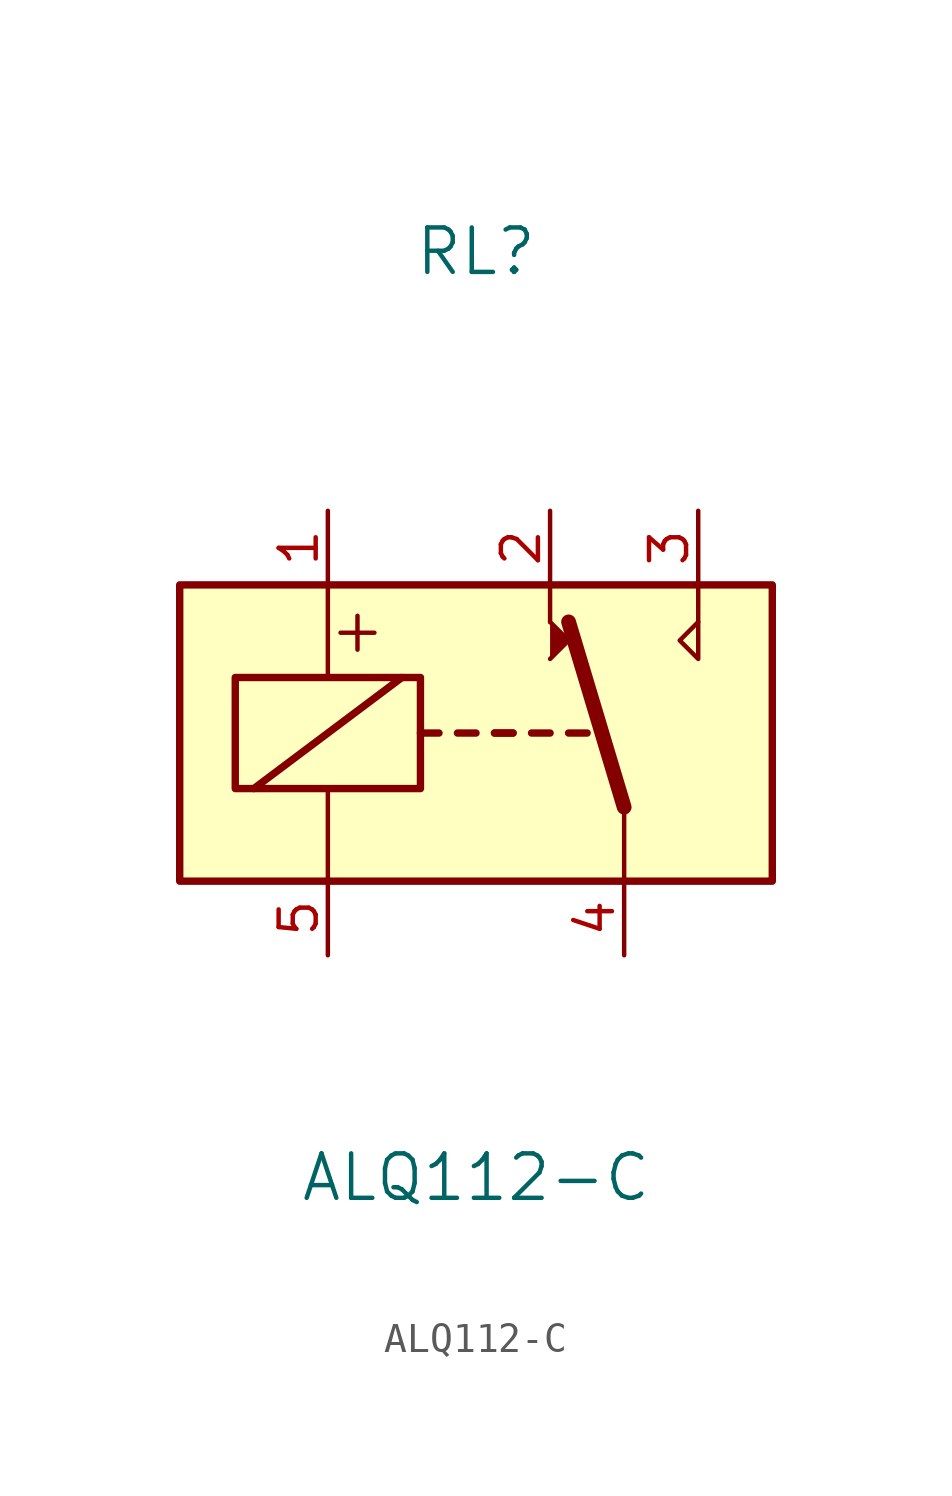
<source format=kicad_sym>
(kicad_symbol_lib
  (version 20220914)
  (generator kicad_symbol_editor)
  (symbol "ALQ112-C"
    (pin_names
      (offset 1.016))
    (property "Reference" "RL"
      (at 0 25.4 0)
      (effects (font (size 1.524 1.524))))
    (property "Value" "ALQ112-C"
      (at 0 -6.35 0)
      (effects (font (size 1.524 1.524))))
    (symbol "ALQ112-C_1_0"
      (polyline (pts (xy 2.54 12.7) (xy 2.54 13.97)) (stroke (width 0) (type default)) (fill (type none)))
      (polyline (pts (xy 7.62 12.7) (xy 7.62 13.97)) (stroke (width 0) (type default)) (fill (type none)))
      (polyline (pts (xy 7.62 12.7) (xy 7.62 11.43) (xy 6.985 12.065) (xy 7.62 12.7)) (stroke (width 0) (type default)) (fill (type none)))
      (text "+" (at -4.064 12.446 0) (effects (font (size 1.524 1.524)))))
    (symbol "ALQ112-C_1_1"
      (rectangle (start -10.16 13.97) (end 10.16 3.81) (stroke (width 0.254) (type default)) (fill (type background)))
      (rectangle (start -8.255 10.795) (end -1.905 6.985) (stroke (width 0.254) (type default)) (fill (type none)))
      (polyline (pts (xy -7.62 6.985) (xy -2.54 10.795)) (stroke (width 0.254) (type default)) (fill (type none)))
      (polyline (pts (xy -5.08 3.81) (xy -5.08 6.985)) (stroke (width 0) (type default)) (fill (type none)))
      (polyline (pts (xy -5.08 13.97) (xy -5.08 10.795)) (stroke (width 0) (type default)) (fill (type none)))
      (polyline (pts (xy -1.905 8.89) (xy -1.27 8.89)) (stroke (width 0.254) (type default)) (fill (type none)))
      (polyline (pts (xy -0.635 8.89) (xy 0 8.89)) (stroke (width 0.254) (type default)) (fill (type none)))
      (polyline (pts (xy 0.635 8.89) (xy 1.27 8.89)) (stroke (width 0.254) (type default)) (fill (type none)))
      (polyline (pts (xy 0.635 8.89) (xy 1.27 8.89)) (stroke (width 0.254) (type default)) (fill (type none)))
      (polyline (pts (xy 1.905 8.89) (xy 2.54 8.89)) (stroke (width 0.254) (type default)) (fill (type none)))
      (polyline (pts (xy 3.175 8.89) (xy 3.81 8.89)) (stroke (width 0.254) (type default)) (fill (type none)))
      (polyline (pts (xy 5.08 6.35) (xy 3.175 12.7)) (stroke (width 0.508) (type default)) (fill (type none)))
      (polyline (pts (xy 5.08 6.35) (xy 5.08 3.81)) (stroke (width 0) (type default)) (fill (type none)))
      (polyline (pts (xy 2.54 11.43) (xy 3.175 12.065) (xy 2.54 12.7)) (stroke (width 0) (type default)) (fill (type outline)))
      (pin passive line (at -5.08 16.51 270) (length 2.54) (name "~" (effects (font (size 1.27 1.27)))) (number "1" (effects (font (size 1.27 1.27)))))
      (pin passive line (at 2.54 16.51 270) (length 2.54) (name "~" (effects (font (size 1.27 1.27)))) (number "2" (effects (font (size 1.27 1.27)))))
      (pin passive line (at 7.62 16.51 270) (length 2.54) (name "~" (effects (font (size 1.27 1.27)))) (number "3" (effects (font (size 1.27 1.27)))))
      (pin passive line (at 5.08 1.27 90) (length 2.54) (name "~" (effects (font (size 1.27 1.27)))) (number "4" (effects (font (size 1.27 1.27)))))
      (pin passive line (at -5.08 1.27 90) (length 2.54) (name "~" (effects (font (size 1.27 1.27)))) (number "5" (effects (font (size 1.27 1.27))))))))
</source>
